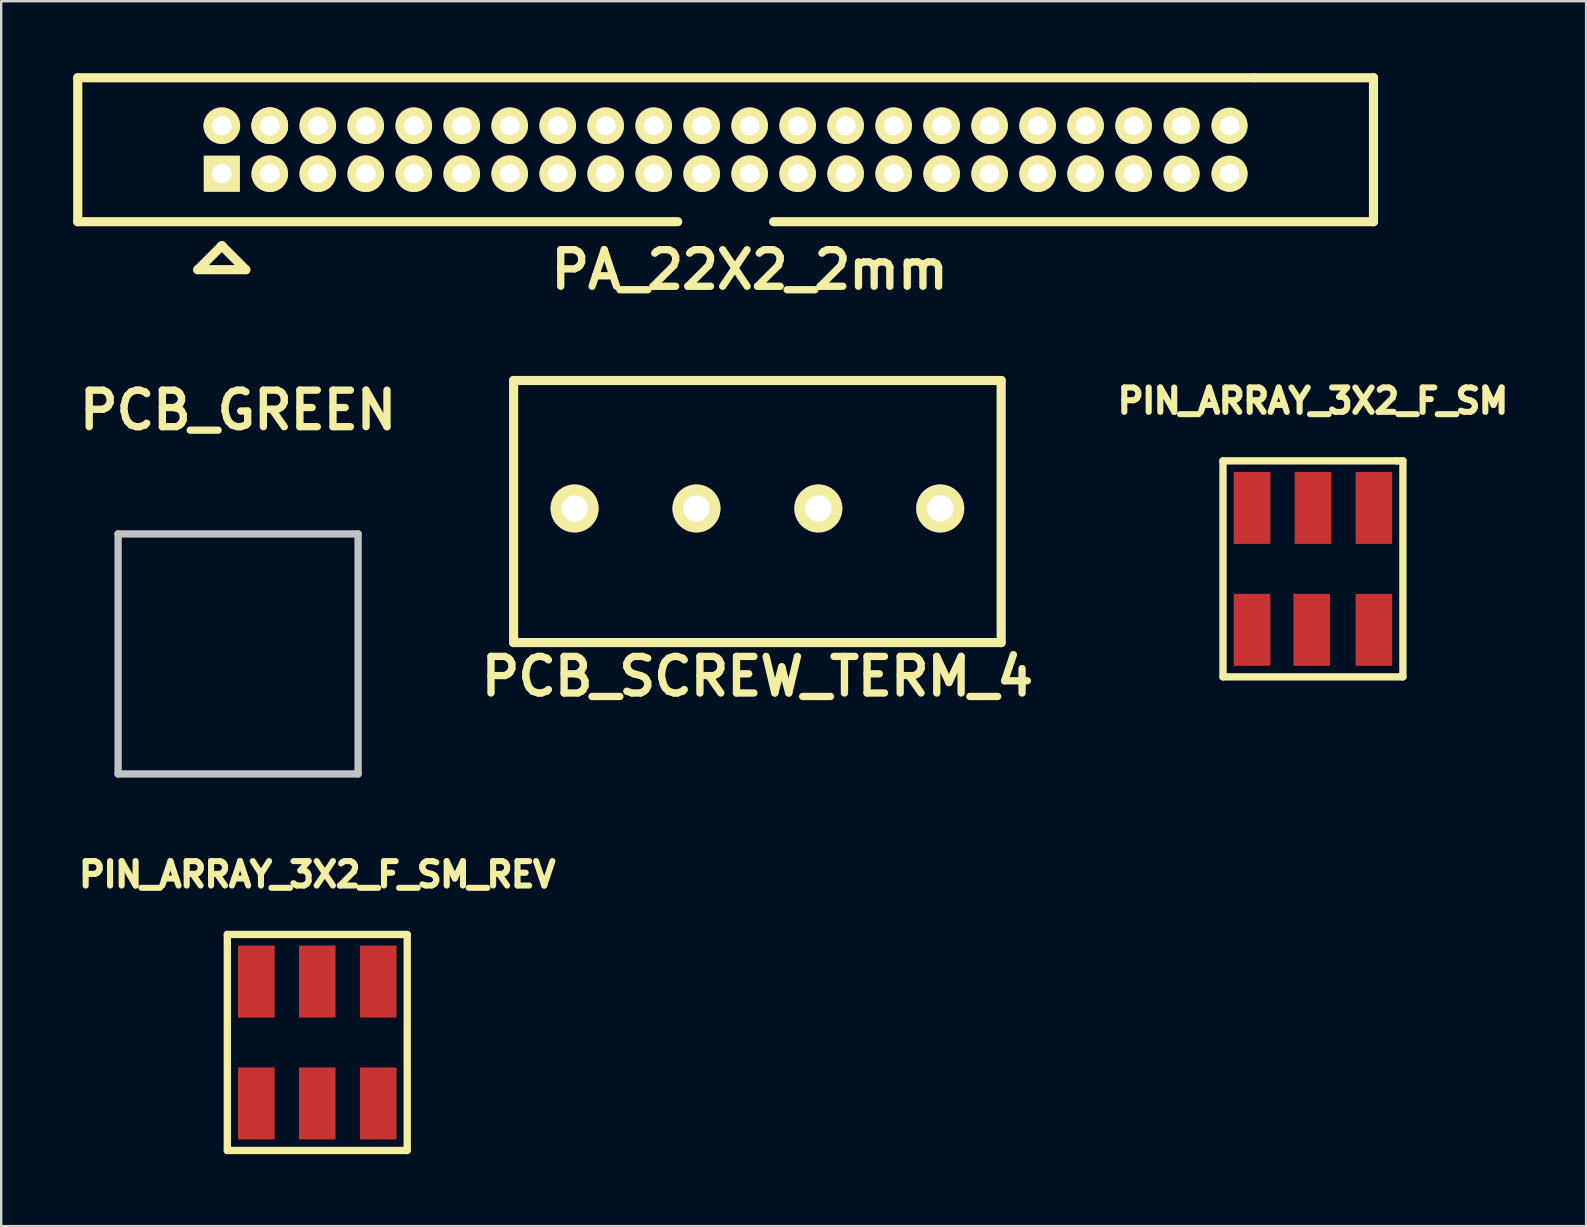
<source format=kicad_pcb>
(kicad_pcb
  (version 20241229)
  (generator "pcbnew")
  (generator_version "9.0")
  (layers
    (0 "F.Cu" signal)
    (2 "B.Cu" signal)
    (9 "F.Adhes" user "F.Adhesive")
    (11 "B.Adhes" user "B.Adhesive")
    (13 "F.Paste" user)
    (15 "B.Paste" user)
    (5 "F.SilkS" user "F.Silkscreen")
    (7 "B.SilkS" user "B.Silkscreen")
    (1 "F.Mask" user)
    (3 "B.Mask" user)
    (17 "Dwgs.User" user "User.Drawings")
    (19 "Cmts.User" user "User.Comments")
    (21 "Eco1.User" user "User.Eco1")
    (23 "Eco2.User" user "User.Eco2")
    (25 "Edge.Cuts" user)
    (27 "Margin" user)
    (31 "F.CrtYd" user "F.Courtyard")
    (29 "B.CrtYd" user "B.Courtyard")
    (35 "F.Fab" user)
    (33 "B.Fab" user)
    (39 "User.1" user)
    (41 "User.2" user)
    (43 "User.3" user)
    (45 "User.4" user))
  (footprint "PIN_ARRAY_3X2_F_SM_REV"
    (layer "F.Cu")
    (at 10.173 40.398)
    (property "Reference" "PIN_ARRAY_3X2_F_SM_REV" (at 0 -7 0) (layer "F.SilkS") (effects (font (size 1.016 1.016) (thickness 0.254))))
    (attr through_hole)
    (fp_line (start -3.749 -4.501) (end 3.5 -4.501) (stroke (width 0.305) (type solid)) (layer "F.SilkS"))
    (fp_line (start -3.749 4.501) (end -3.749 -4.501) (stroke (width 0.305) (type solid)) (layer "F.SilkS"))
    (fp_line (start 3.5 -4.501) (end 3.749 -4.501) (stroke (width 0.305) (type solid)) (layer "F.SilkS"))
    (fp_line (start 3.749 -4.501) (end 3.749 4.501) (stroke (width 0.305) (type solid)) (layer "F.SilkS"))
    (fp_line (start 3.749 4.501) (end -3.749 4.501) (stroke (width 0.305) (type solid)) (layer "F.SilkS"))
    (pad "1" smd rect (at -2.54 -2.54) (size 1.524 3) (layers "F.Cu" "F.Mask" "F.Paste"))
    (pad "2" smd rect (at -2.54 2.54) (size 1.524 3) (layers "F.Cu" "F.Mask" "F.Paste"))
    (pad "3" smd rect (at 0 -2.54) (size 1.524 3) (layers "F.Cu" "F.Mask" "F.Paste"))
    (pad "4" smd rect (at 0 2.54) (size 1.524 3) (layers "F.Cu" "F.Mask" "F.Paste"))
    (pad "5" smd rect (at 2.54 -2.54) (size 1.524 3) (layers "F.Cu" "F.Mask" "F.Paste"))
    (pad "6" smd rect (at 2.54 2.54) (size 1.524 3) (layers "F.Cu" "F.Mask" "F.Paste")))
  (footprint "PA_22X2_2mm"
    (layer "F.Cu")
    (at 27.193 3.19)
    (property "Reference" "PA_22X2_2mm" (at 1.001 5.001 0) (layer "F.SilkS") (effects (font (size 1.524 1.524) (thickness 0.305))))
    (attr through_hole)
    (fp_line (start -27.003 -3) (end -27.003 3) (stroke (width 0.381) (type solid)) (layer "F.SilkS"))
    (fp_line (start -27 3) (end -1.999 3) (stroke (width 0.381) (type solid)) (layer "F.SilkS"))
    (fp_line (start -26.998 -3) (end 22.001 -3) (stroke (width 0.381) (type solid)) (layer "F.SilkS"))
    (fp_line (start -21.999 4.999) (end -20 4.999) (stroke (width 0.381) (type solid)) (layer "F.SilkS"))
    (fp_line (start -20.998 4) (end -21.999 4.999) (stroke (width 0.381) (type solid)) (layer "F.SilkS"))
    (fp_line (start -20 4.999) (end -20.998 4) (stroke (width 0.381) (type solid)) (layer "F.SilkS"))
    (fp_line (start 22.001 -3) (end 27 -3) (stroke (width 0.381) (type solid)) (layer "F.SilkS"))
    (fp_line (start 27 -3) (end 27 3) (stroke (width 0.381) (type solid)) (layer "F.SilkS"))
    (fp_line (start 27 3) (end 1.999 3) (stroke (width 0.381) (type solid)) (layer "F.SilkS"))
    (pad "1" thru_hole rect (at -20.998 1.001) (size 1.501 1.501) (drill 0.813) (layers "*.Cu" "*.Mask" "F.SilkS"))
    (pad "2" thru_hole circle (at -20.998 -1.001) (size 1.524 1.524) (drill 0.813) (layers "*.Cu" "*.Mask" "F.SilkS"))
    (pad "3" thru_hole circle (at -18.999 1.001) (size 1.524 1.524) (drill 0.813) (layers "*.Cu" "*.Mask" "F.SilkS"))
    (pad "4" thru_hole circle (at -18.999 -1.001) (size 1.524 1.524) (drill 0.813) (layers "*.Cu" "*.Mask" "F.SilkS"))
    (pad "4" thru_hole circle (at -18.999 -1.001) (size 1.524 1.524) (drill 0.813) (layers "*.Cu" "*.Mask" "F.SilkS"))
    (pad "5" thru_hole circle (at -16.998 1.001) (size 1.524 1.524) (drill 0.813) (layers "*.Cu" "*.Mask" "F.SilkS"))
    (pad "6" thru_hole circle (at -16.998 -1.001) (size 1.524 1.524) (drill 0.813) (layers "*.Cu" "*.Mask" "F.SilkS"))
    (pad "7" thru_hole circle (at -14.999 1.001) (size 1.524 1.524) (drill 0.813) (layers "*.Cu" "*.Mask" "F.SilkS"))
    (pad "8" thru_hole circle (at -14.999 -1.001) (size 1.524 1.524) (drill 0.813) (layers "*.Cu" "*.Mask" "F.SilkS"))
    (pad "9" thru_hole circle (at -12.997 1.001) (size 1.524 1.524) (drill 0.813) (layers "*.Cu" "*.Mask" "F.SilkS"))
    (pad "10" thru_hole circle (at -12.997 -1.001) (size 1.524 1.524) (drill 0.813) (layers "*.Cu" "*.Mask" "F.SilkS"))
    (pad "11" thru_hole circle (at -10.998 1.001) (size 1.524 1.524) (drill 0.813) (layers "*.Cu" "*.Mask" "F.SilkS"))
    (pad "12" thru_hole circle (at -10.998 -1.001) (size 1.524 1.524) (drill 0.813) (layers "*.Cu" "*.Mask" "F.SilkS"))
    (pad "13" thru_hole circle (at -8.999 1.001) (size 1.524 1.524) (drill 0.813) (layers "*.Cu" "*.Mask" "F.SilkS"))
    (pad "14" thru_hole circle (at -8.999 -1.001) (size 1.524 1.524) (drill 0.813) (layers "*.Cu" "*.Mask" "F.SilkS"))
    (pad "15" thru_hole circle (at -6.998 1.001) (size 1.524 1.524) (drill 0.813) (layers "*.Cu" "*.Mask" "F.SilkS"))
    (pad "16" thru_hole circle (at -6.998 -1.001) (size 1.524 1.524) (drill 0.813) (layers "*.Cu" "*.Mask" "F.SilkS"))
    (pad "17" thru_hole circle (at -4.999 1.001) (size 1.524 1.524) (drill 0.813) (layers "*.Cu" "*.Mask" "F.SilkS"))
    (pad "18" thru_hole circle (at -4.999 -1.001) (size 1.524 1.524) (drill 0.813) (layers "*.Cu" "*.Mask" "F.SilkS"))
    (pad "19" thru_hole circle (at -2.997 1.001) (size 1.524 1.524) (drill 0.813) (layers "*.Cu" "*.Mask" "F.SilkS"))
    (pad "20" thru_hole circle (at -2.997 -1.001) (size 1.524 1.524) (drill 0.813) (layers "*.Cu" "*.Mask" "F.SilkS"))
    (pad "21" thru_hole circle (at -0.998 1.001) (size 1.524 1.524) (drill 0.813) (layers "*.Cu" "*.Mask" "F.SilkS"))
    (pad "22" thru_hole circle (at -0.998 -1.001) (size 1.524 1.524) (drill 0.813) (layers "*.Cu" "*.Mask" "F.SilkS"))
    (pad "23" thru_hole circle (at 1.001 1.001) (size 1.524 1.524) (drill 0.813) (layers "*.Cu" "*.Mask" "F.SilkS"))
    (pad "24" thru_hole circle (at 1.001 -1.001) (size 1.524 1.524) (drill 0.813) (layers "*.Cu" "*.Mask" "F.SilkS"))
    (pad "25" thru_hole circle (at 3.002 1.001) (size 1.524 1.524) (drill 0.813) (layers "*.Cu" "*.Mask" "F.SilkS"))
    (pad "26" thru_hole circle (at 3.002 -1.001) (size 1.524 1.524) (drill 0.813) (layers "*.Cu" "*.Mask" "F.SilkS"))
    (pad "27" thru_hole circle (at 5.001 1.001) (size 1.524 1.524) (drill 0.813) (layers "*.Cu" "*.Mask" "F.SilkS"))
    (pad "28" thru_hole circle (at 5.001 -1.001) (size 1.524 1.524) (drill 0.813) (layers "*.Cu" "*.Mask" "F.SilkS"))
    (pad "29" thru_hole circle (at 7.003 1.001) (size 1.524 1.524) (drill 0.813) (layers "*.Cu" "*.Mask" "F.SilkS"))
    (pad "30" thru_hole circle (at 7.003 -1.001) (size 1.524 1.524) (drill 0.813) (layers "*.Cu" "*.Mask" "F.SilkS"))
    (pad "31" thru_hole circle (at 9.002 1.001) (size 1.524 1.524) (drill 0.813) (layers "*.Cu" "*.Mask" "F.SilkS"))
    (pad "32" thru_hole circle (at 9.002 -1.001) (size 1.524 1.524) (drill 0.813) (layers "*.Cu" "*.Mask" "F.SilkS"))
    (pad "33" thru_hole circle (at 11.001 1.001) (size 1.524 1.524) (drill 0.813) (layers "*.Cu" "*.Mask" "F.SilkS"))
    (pad "34" thru_hole circle (at 11.001 -1.001) (size 1.524 1.524) (drill 0.813) (layers "*.Cu" "*.Mask" "F.SilkS"))
    (pad "35" thru_hole circle (at 13.002 1.001) (size 1.524 1.524) (drill 0.813) (layers "*.Cu" "*.Mask" "F.SilkS"))
    (pad "36" thru_hole circle (at 13.002 -1.001) (size 1.524 1.524) (drill 0.813) (layers "*.Cu" "*.Mask" "F.SilkS"))
    (pad "37" thru_hole circle (at 15.001 1.001) (size 1.524 1.524) (drill 0.813) (layers "*.Cu" "*.Mask" "F.SilkS"))
    (pad "38" thru_hole circle (at 15.001 -1.001) (size 1.524 1.524) (drill 0.813) (layers "*.Cu" "*.Mask" "F.SilkS"))
    (pad "39" thru_hole circle (at 17.003 1.001) (size 1.524 1.524) (drill 0.813) (layers "*.Cu" "*.Mask" "F.SilkS"))
    (pad "40" thru_hole circle (at 17.003 -1.001) (size 1.524 1.524) (drill 0.813) (layers "*.Cu" "*.Mask" "F.SilkS"))
    (pad "41" thru_hole circle (at 19.002 1.001) (size 1.501 1.501) (drill 0.813) (layers "*.Cu" "*.Mask" "F.SilkS"))
    (pad "42" thru_hole circle (at 19.002 -1.001) (size 1.501 1.501) (drill 0.813) (layers "*.Cu" "*.Mask" "F.SilkS"))
    (pad "43" thru_hole circle (at 21.001 1.001) (size 1.501 1.501) (drill 0.813) (layers "*.Cu" "*.Mask" "F.SilkS"))
    (pad "44" thru_hole circle (at 21.001 -1.001) (size 1.501 1.501) (drill 0.813) (layers "*.Cu" "*.Mask" "F.SilkS")))
  (footprint "PIN_ARRAY_3X2_F_SM"
    (layer "F.Cu")
    (at 51.67 20.658)
    (property "Reference" "PIN_ARRAY_3X2_F_SM" (at 0 -7 0) (layer "F.SilkS") (effects (font (size 1.016 1.016) (thickness 0.254))))
    (attr through_hole)
    (fp_line (start -3.749 -4.501) (end 3.5 -4.501) (stroke (width 0.305) (type solid)) (layer "F.SilkS"))
    (fp_line (start -3.749 4.501) (end -3.749 -4.501) (stroke (width 0.305) (type solid)) (layer "F.SilkS"))
    (fp_line (start 3.5 -4.501) (end 3.749 -4.501) (stroke (width 0.305) (type solid)) (layer "F.SilkS"))
    (fp_line (start 3.749 -4.501) (end 3.749 4.501) (stroke (width 0.305) (type solid)) (layer "F.SilkS"))
    (fp_line (start 3.749 4.501) (end -3.749 4.501) (stroke (width 0.305) (type solid)) (layer "F.SilkS"))
    (pad "1" smd rect (at -2.54 2.54) (size 1.524 3) (layers "F.Cu" "F.Mask" "F.Paste"))
    (pad "2" smd rect (at -2.54 -2.54) (size 1.524 3) (layers "F.Cu" "F.Mask" "F.Paste"))
    (pad "3" smd rect (at -0.051 2.54) (size 1.524 3) (layers "F.Cu" "F.Mask" "F.Paste"))
    (pad "4" smd rect (at 0 -2.54) (size 1.524 3) (layers "F.Cu" "F.Mask" "F.Paste"))
    (pad "5" smd rect (at 2.54 2.54) (size 1.524 3) (layers "F.Cu" "F.Mask" "F.Paste"))
    (pad "6" smd rect (at 2.54 -2.54) (size 1.524 3) (layers "F.Cu" "F.Mask" "F.Paste")))
  (footprint "PCB_SCREW_TERM_4"
    (layer "F.Cu")
    (at 28.516 18.142)
    (property "Reference" "PCB_SCREW_TERM_4" (at 0 7 0) (layer "F.SilkS") (effects (font (size 1.524 1.524) (thickness 0.305))))
    (attr through_hole)
    (fp_line (start -10.16 -5.334) (end 10.16 -5.334) (stroke (width 0.381) (type solid)) (layer "F.SilkS"))
    (fp_line (start -10.16 5.588) (end -10.16 -5.334) (stroke (width 0.381) (type solid)) (layer "F.SilkS"))
    (fp_line (start -10.16 5.588) (end 10.16 5.588) (stroke (width 0.381) (type solid)) (layer "F.SilkS"))
    (fp_line (start 10.16 5.588) (end 10.16 -5.334) (stroke (width 0.381) (type solid)) (layer "F.SilkS"))
    (pad "1" thru_hole circle (at -7.62 0) (size 1.999 1.999) (drill 1.1) (layers "*.Cu" "*.Mask" "F.SilkS"))
    (pad "2" thru_hole circle (at -2.54 0) (size 1.999 1.999) (drill 1.1) (layers "*.Cu" "*.Mask" "F.SilkS"))
    (pad "3" thru_hole circle (at 2.54 0) (size 1.999 1.999) (drill 1.1) (layers "*.Cu" "*.Mask" "F.SilkS"))
    (pad "4" thru_hole circle (at 7.62 0) (size 1.999 1.999) (drill 1.1) (layers "*.Cu" "*.Mask" "F.SilkS")))
  (footprint "PCB_GREEN"
    (layer "F.Cu")
    (at 6.873 24.204)
    (property "Reference" "PCB_GREEN" (at 0 -10.16 0) (layer "F.SilkS") (effects (font (size 1.524 1.524) (thickness 0.305))))
    (attr through_hole)
    (fp_line (start -5.001 -5.001) (end 5.001 -5.001) (stroke (width 0.305) (type solid)) (layer "Dwgs.User"))
    (fp_line (start -5.001 5.001) (end -5.001 -5.001) (stroke (width 0.305) (type solid)) (layer "Dwgs.User"))
    (fp_line (start 5.001 -5.001) (end 5.001 5.001) (stroke (width 0.305) (type solid)) (layer "Dwgs.User"))
    (fp_line (start 5.001 5.001) (end -5.001 5.001) (stroke (width 0.305) (type solid)) (layer "Dwgs.User")))
  (gr_rect
    (start -3 -3)
    (end 63.054 48.052)
    (stroke (width 0.1) (type default))
    (fill no)
    (layer "Edge.Cuts")))
</source>
